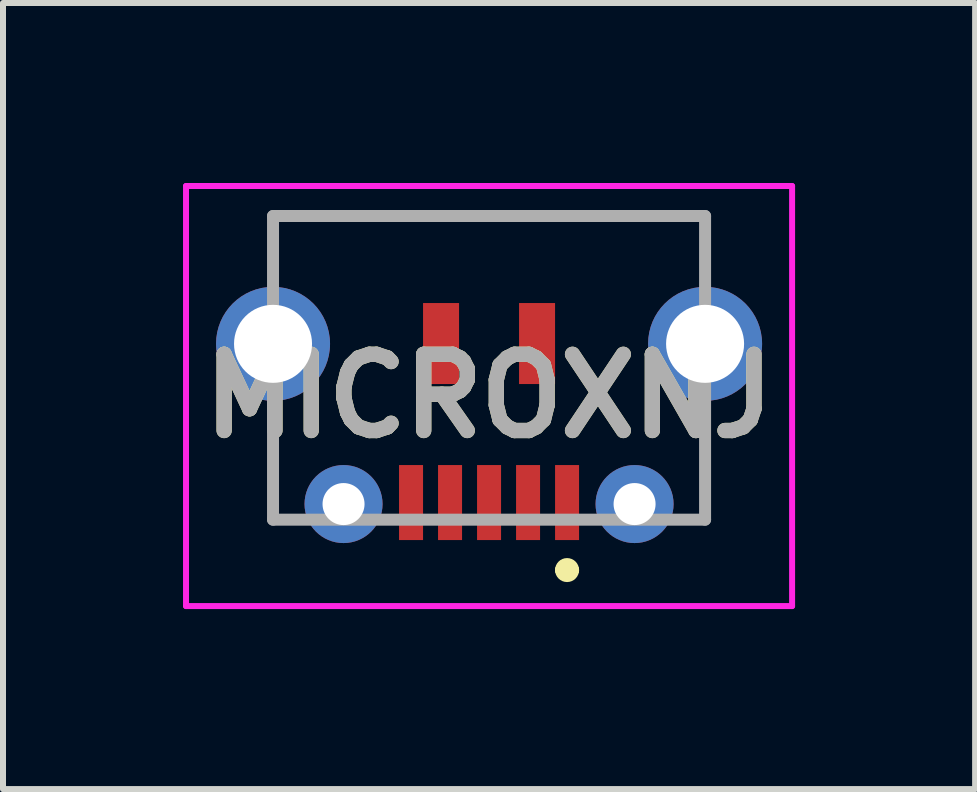
<source format=kicad_pcb>
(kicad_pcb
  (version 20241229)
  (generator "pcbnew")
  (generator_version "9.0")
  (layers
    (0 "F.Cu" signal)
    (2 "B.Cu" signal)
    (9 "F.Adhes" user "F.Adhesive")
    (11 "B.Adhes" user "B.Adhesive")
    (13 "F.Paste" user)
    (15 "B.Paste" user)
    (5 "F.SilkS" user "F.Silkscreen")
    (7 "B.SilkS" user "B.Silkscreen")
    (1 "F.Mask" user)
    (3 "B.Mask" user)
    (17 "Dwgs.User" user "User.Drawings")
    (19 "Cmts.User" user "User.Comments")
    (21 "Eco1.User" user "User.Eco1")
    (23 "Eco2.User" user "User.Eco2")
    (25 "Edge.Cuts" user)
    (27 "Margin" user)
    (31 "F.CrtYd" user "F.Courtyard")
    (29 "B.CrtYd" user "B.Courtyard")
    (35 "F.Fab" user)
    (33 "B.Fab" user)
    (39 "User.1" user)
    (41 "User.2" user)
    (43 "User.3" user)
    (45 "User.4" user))
  (footprint "MICROXNJ"
    (layer "F.Cu")
    (at 5.1 0.55)
    (property "Reference" "MICROXNJ" (at 0 3 0) (layer "F.SilkS") (effects (font (size 1.27 1.27) (thickness 0.254))))
    (attr through_hole)
    (fp_line (start -3.6 0) (end 3.6 0) (stroke (width 0.1) (type solid)) (layer "F.SilkS"))
    (fp_line (start -3.6 0.5) (end -3.6 0) (stroke (width 0.1) (type solid)) (layer "F.SilkS"))
    (fp_line (start -3.6 3.5) (end -3.6 5.06) (stroke (width 0.1) (type solid)) (layer "F.SilkS"))
    (fp_line (start -3.6 5.06) (end -3.6 5.06) (stroke (width 0.1) (type solid)) (layer "F.SilkS"))
    (fp_line (start -3.6 5.06) (end -3.5 5.06) (stroke (width 0.1) (type solid)) (layer "F.SilkS"))
    (fp_line (start 1.2 5.9) (end 1.2 5.9) (stroke (width 0.2) (type solid)) (layer "F.SilkS"))
    (fp_line (start 1.4 5.9) (end 1.4 5.9) (stroke (width 0.2) (type solid)) (layer "F.SilkS"))
    (fp_line (start 3.6 0) (end 3.6 0.5) (stroke (width 0.1) (type solid)) (layer "F.SilkS"))
    (fp_line (start 3.6 3.5) (end 3.6 5.06) (stroke (width 0.1) (type solid)) (layer "F.SilkS"))
    (fp_line (start 3.6 5.06) (end 3.5 5.06) (stroke (width 0.1) (type solid)) (layer "F.SilkS"))
    (fp_arc (start 1.2 5.9) (mid 1.3 5.8) (end 1.4 5.9) (stroke (width 0.2) (type solid)) (layer "F.SilkS"))
    (fp_arc (start 1.4 5.9) (mid 1.3 6) (end 1.2 5.9) (stroke (width 0.2) (type solid)) (layer "F.SilkS"))
    (fp_line (start -5.05 -0.5) (end 5.05 -0.5) (stroke (width 0.1) (type solid)) (layer "F.CrtYd"))
    (fp_line (start -5.05 6.5) (end -5.05 -0.5) (stroke (width 0.1) (type solid)) (layer "F.CrtYd"))
    (fp_line (start 5.05 -0.5) (end 5.05 6.5) (stroke (width 0.1) (type solid)) (layer "F.CrtYd"))
    (fp_line (start 5.05 6.5) (end -5.05 6.5) (stroke (width 0.1) (type solid)) (layer "F.CrtYd"))
    (fp_line (start -3.6 0) (end 3.6 0) (stroke (width 0.2) (type solid)) (layer "F.Fab"))
    (fp_line (start -3.6 5.06) (end -3.6 0) (stroke (width 0.2) (type solid)) (layer "F.Fab"))
    (fp_line (start 3.6 0) (end 3.6 5.06) (stroke (width 0.2) (type solid)) (layer "F.Fab"))
    (fp_line (start 3.6 5.06) (end -3.6 5.06) (stroke (width 0.2) (type solid)) (layer "F.Fab"))
    (fp_text user "${REFERENCE}" (at 0 3 0) (layer "F.Fab") (effects (font (size 1.27 1.27) (thickness 0.254))))
    (pad "1" smd rect (at 1.3 4.775) (size 0.4 1.25) (layers "F.Cu" "F.Mask" "F.Paste"))
    (pad "2" smd rect (at 0.65 4.775) (size 0.4 1.25) (layers "F.Cu" "F.Mask" "F.Paste"))
    (pad "3" smd rect (at 0 4.775) (size 0.4 1.25) (layers "F.Cu" "F.Mask" "F.Paste"))
    (pad "4" smd rect (at -0.65 4.775) (size 0.4 1.25) (layers "F.Cu" "F.Mask" "F.Paste"))
    (pad "5" smd rect (at -1.3 4.775) (size 0.4 1.25) (layers "F.Cu" "F.Mask" "F.Paste"))
    (pad "MH1" thru_hole circle (at 2.425 4.8) (size 1.3 1.3) (drill 0.7) (layers "*.Cu" "*.Mask"))
    (pad "MH2" thru_hole circle (at -2.425 4.8) (size 1.3 1.3) (drill 0.7) (layers "*.Cu" "*.Mask"))
    (pad "MH3" thru_hole circle (at 3.6 2.13) (size 1.9 1.9) (drill 1.3) (layers "*.Cu" "*.Mask"))
    (pad "MH4" thru_hole circle (at -3.6 2.13) (size 1.9 1.9) (drill 1.3) (layers "*.Cu" "*.Mask"))
    (pad "MP1" smd rect (at 0.8 2.125) (size 0.6 1.35) (layers "F.Cu" "F.Mask" "F.Paste"))
    (pad "MP2" smd rect (at -0.8 2.125) (size 0.6 1.35) (layers "F.Cu" "F.Mask" "F.Paste")))
  (gr_rect
    (start -3 -3)
    (end 13.2 10.1)
    (stroke (width 0.1) (type default))
    (fill no)
    (layer "Edge.Cuts")))
</source>
